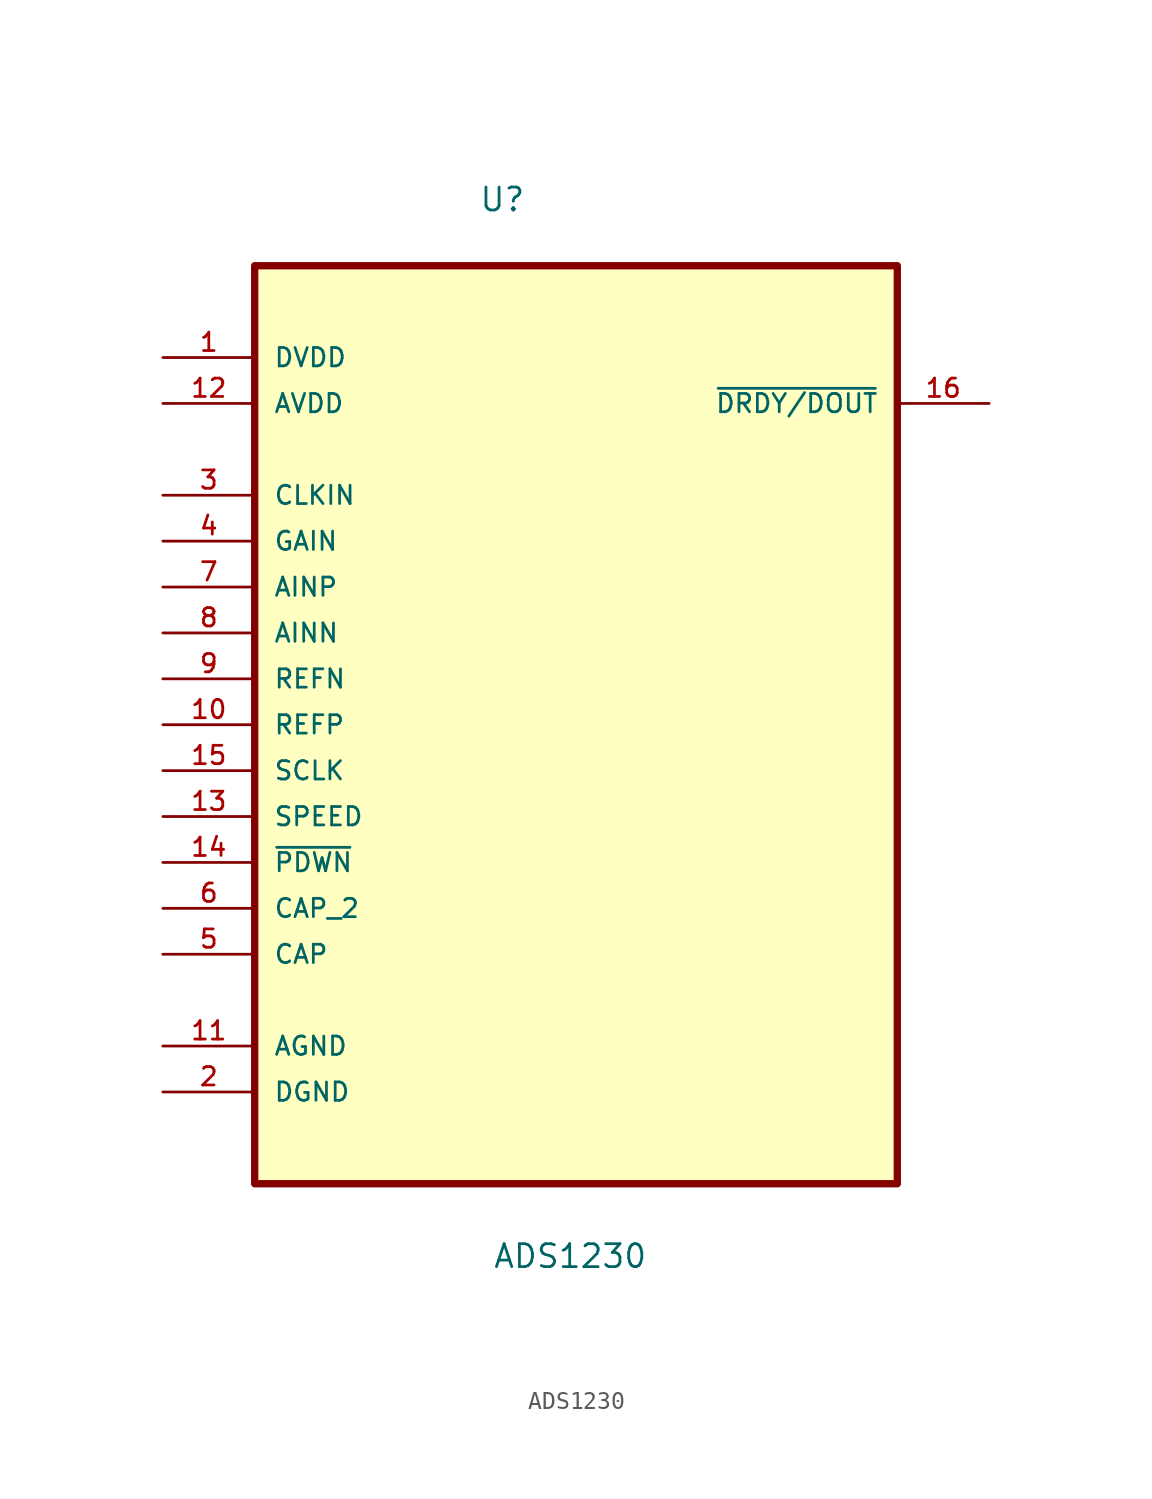
<source format=kicad_sym>
(kicad_symbol_lib
  (version 20211014)
  (generator kicad_symbol_editor)
  (symbol "ADS1230"
    (pin_names
      (offset 1.016))
    (property "Reference" "U"
      (at -5.385 25.781 0)
      (effects (font (size 1.27 1.27)) (justify left bottom)))
    (property "Value" "ADS1230"
      (at -4.623 -32.69 0)
      (effects (font (size 1.27 1.27)) (justify left bottom)))
    (property "ki_locked" ""
      (at 0 0 0)
      (effects (font (size 1.27 1.27))))
    (symbol "ADS1230_0_0"
      (rectangle (start -17.78 -27.94) (end 17.78 22.86) (stroke (width 0.406) (type default) (color 0 0 0 0)) (fill (type background)))
      (pin power_in line (at -22.86 17.78 0) (length 5.08) (name "DVDD" (effects (font (size 1.016 1.016)))) (number "1" (effects (font (size 1.016 1.016)))))
      (pin input line (at -22.86 -2.54 0) (length 5.08) (name "REFP" (effects (font (size 1.016 1.016)))) (number "10" (effects (font (size 1.016 1.016)))))
      (pin passive line (at -22.86 -20.32 0) (length 5.08) (name "AGND" (effects (font (size 1.016 1.016)))) (number "11" (effects (font (size 1.016 1.016)))))
      (pin power_in line (at -22.86 15.24 0) (length 5.08) (name "AVDD" (effects (font (size 1.016 1.016)))) (number "12" (effects (font (size 1.016 1.016)))))
      (pin input line (at -22.86 -7.62 0) (length 5.08) (name "SPEED" (effects (font (size 1.016 1.016)))) (number "13" (effects (font (size 1.016 1.016)))))
      (pin input line (at -22.86 -10.16 0) (length 5.08) (name "~{PDWN}" (effects (font (size 1.016 1.016)))) (number "14" (effects (font (size 1.016 1.016)))))
      (pin input line (at -22.86 -5.08 0) (length 5.08) (name "SCLK" (effects (font (size 1.016 1.016)))) (number "15" (effects (font (size 1.016 1.016)))))
      (pin output line (at 22.86 15.24 180) (length 5.08) (name "~{DRDY/DOUT}" (effects (font (size 1.016 1.016)))) (number "16" (effects (font (size 1.016 1.016)))))
      (pin passive line (at -22.86 -22.86 0) (length 5.08) (name "DGND" (effects (font (size 1.016 1.016)))) (number "2" (effects (font (size 1.016 1.016)))))
      (pin input line (at -22.86 10.16 0) (length 5.08) (name "CLKIN" (effects (font (size 1.016 1.016)))) (number "3" (effects (font (size 1.016 1.016)))))
      (pin input line (at -22.86 7.62 0) (length 5.08) (name "GAIN" (effects (font (size 1.016 1.016)))) (number "4" (effects (font (size 1.016 1.016)))))
      (pin input line (at -22.86 -15.24 0) (length 5.08) (name "CAP" (effects (font (size 1.016 1.016)))) (number "5" (effects (font (size 1.016 1.016)))))
      (pin input line (at -22.86 -12.7 0) (length 5.08) (name "CAP_2" (effects (font (size 1.016 1.016)))) (number "6" (effects (font (size 1.016 1.016)))))
      (pin input line (at -22.86 5.08 0) (length 5.08) (name "AINP" (effects (font (size 1.016 1.016)))) (number "7" (effects (font (size 1.016 1.016)))))
      (pin input line (at -22.86 2.54 0) (length 5.08) (name "AINN" (effects (font (size 1.016 1.016)))) (number "8" (effects (font (size 1.016 1.016)))))
      (pin input line (at -22.86 0 0) (length 5.08) (name "REFN" (effects (font (size 1.016 1.016)))) (number "9" (effects (font (size 1.016 1.016))))))))
</source>
